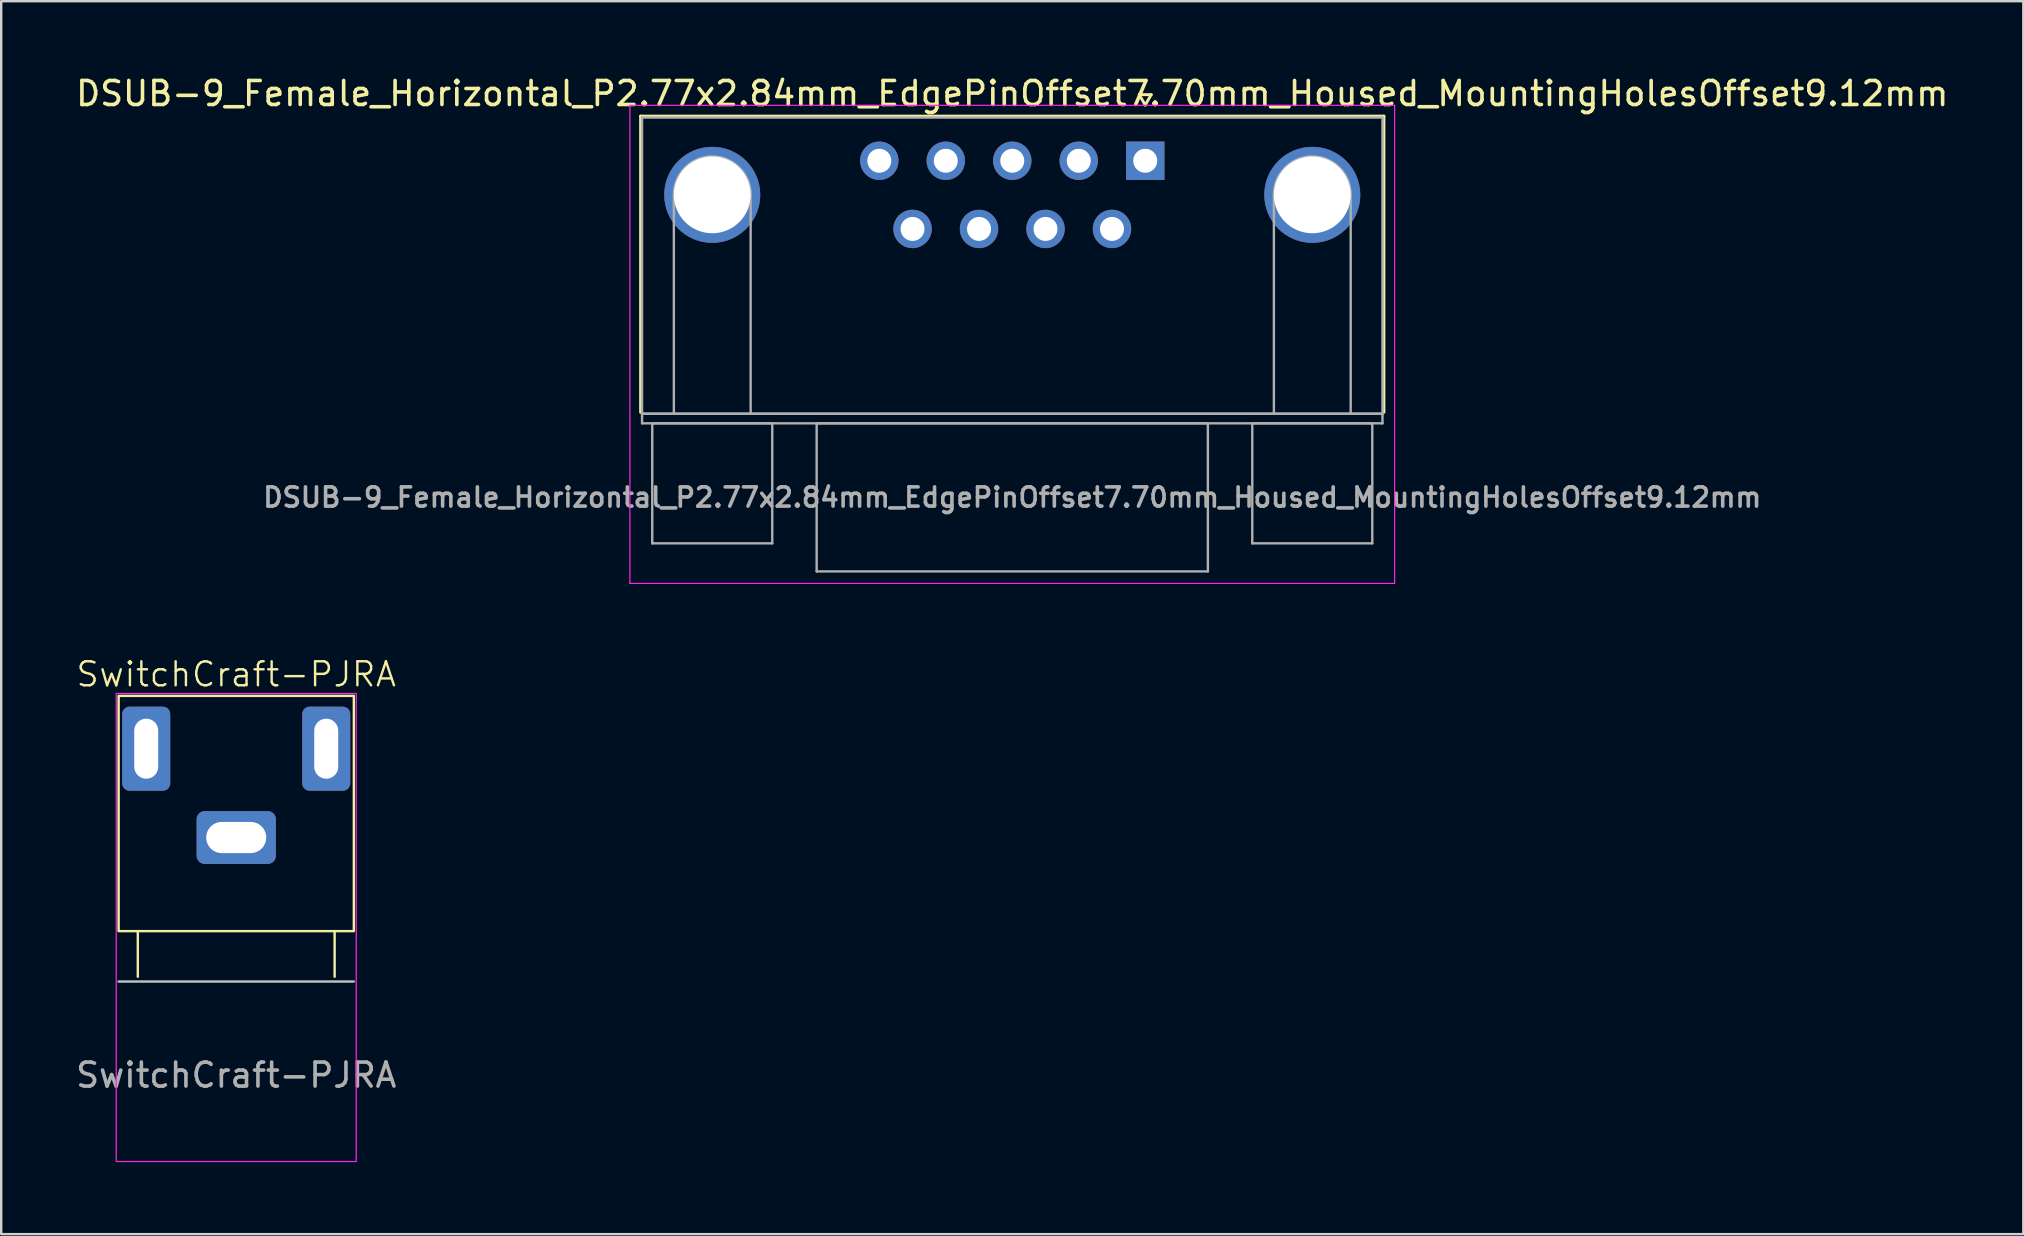
<source format=kicad_pcb>
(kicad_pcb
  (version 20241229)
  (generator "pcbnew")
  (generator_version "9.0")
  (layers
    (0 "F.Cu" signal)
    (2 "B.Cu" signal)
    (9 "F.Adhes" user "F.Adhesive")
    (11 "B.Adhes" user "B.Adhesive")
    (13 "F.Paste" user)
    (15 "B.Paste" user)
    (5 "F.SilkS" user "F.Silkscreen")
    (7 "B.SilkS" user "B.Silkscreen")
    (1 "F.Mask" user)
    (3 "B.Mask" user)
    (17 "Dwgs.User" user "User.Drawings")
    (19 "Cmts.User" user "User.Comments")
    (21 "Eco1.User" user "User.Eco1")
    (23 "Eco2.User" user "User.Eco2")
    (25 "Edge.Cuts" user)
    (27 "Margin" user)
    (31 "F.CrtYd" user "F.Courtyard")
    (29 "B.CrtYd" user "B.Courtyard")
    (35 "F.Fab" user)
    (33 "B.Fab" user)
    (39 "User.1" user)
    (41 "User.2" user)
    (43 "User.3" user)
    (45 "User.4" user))
  (footprint "SwitchCraft-PJRA"
    (layer "F.Cu")
    (at 6.792 31.844)
    (property "Reference" "SwitchCraft-PJRA" (at 0 -6.8 0) (unlocked yes) (layer "F.SilkS") (effects (font (size 1 1) (thickness 0.1))))
    (attr smd)
    (fp_line (start -4.1 3.9) (end -4.1 5.8) (stroke (width 0.1) (type default)) (layer "F.SilkS"))
    (fp_line (start 4.1 3.9) (end 4.1 5.8) (stroke (width 0.1) (type default)) (layer "F.SilkS"))
    (fp_rect (start -4.9 -5.9) (end 4.9 3.9) (stroke (width 0.1) (type default)) (fill no) (layer "F.SilkS"))
    (fp_line (start -4.9 6) (end 4.9 6) (stroke (width 0.1) (type default)) (layer "Dwgs.User"))
    (fp_rect (start -5 -6) (end 5 13.5) (stroke (width 0.05) (type default)) (fill no) (layer "F.CrtYd"))
    (fp_text user "${REFERENCE}" (at 0 9.9 0) (unlocked yes) (layer "F.Fab") (effects (font (size 1 1) (thickness 0.15))))
    (pad "1" thru_hole roundrect (at 0 0) (size 3.3 2.2) (drill oval 2.5 1.3) (layers "*.Cu" "*.Mask") (roundrect_rratio 0.15))
    (pad "2" thru_hole roundrect (at -3.75 -3.7) (size 2 3.5) (drill oval 1 2.5) (layers "*.Cu" "*.Mask") (roundrect_rratio 0.15))
    (pad "2" thru_hole roundrect (at 3.75 -3.7) (size 2 3.5) (drill oval 1 2.5) (layers "*.Cu" "*.Mask") (roundrect_rratio 0.15)))
  (footprint "DSUB-9_Female_Horizontal_P2.77x2.84mm_EdgePinOffset7.70mm_Housed_MountingHolesOffset9.12mm"
    (layer "F.Cu")
    (at 44.665 3.648)
    (property "Reference" "DSUB-9_Female_Horizontal_P2.77x2.84mm_EdgePinOffset7.70mm_Housed_MountingHolesOffset9.12mm" (at -5.54 -2.8 0) (layer "F.SilkS") (effects (font (size 1 1) (thickness 0.15))))
    (attr through_hole)
    (fp_line (start -21.025 -1.86) (end 9.945 -1.86) (stroke (width 0.12) (type solid)) (layer "F.SilkS"))
    (fp_line (start -21.025 10.48) (end -21.025 -1.86) (stroke (width 0.12) (type solid)) (layer "F.SilkS"))
    (fp_line (start -0.25 -2.754) (end 0.25 -2.754) (stroke (width 0.12) (type solid)) (layer "F.SilkS"))
    (fp_line (start 0 -2.321) (end -0.25 -2.754) (stroke (width 0.12) (type solid)) (layer "F.SilkS"))
    (fp_line (start 0.25 -2.754) (end 0 -2.321) (stroke (width 0.12) (type solid)) (layer "F.SilkS"))
    (fp_line (start 9.945 -1.86) (end 9.945 10.48) (stroke (width 0.12) (type solid)) (layer "F.SilkS"))
    (fp_line (start -21.47 -2.31) (end -21.47 17.61) (stroke (width 0.05) (type solid)) (layer "F.CrtYd"))
    (fp_line (start -21.47 17.61) (end 10.39 17.61) (stroke (width 0.05) (type solid)) (layer "F.CrtYd"))
    (fp_line (start 10.39 -2.31) (end -21.47 -2.31) (stroke (width 0.05) (type solid)) (layer "F.CrtYd"))
    (fp_line (start 10.39 17.61) (end 10.39 -2.31) (stroke (width 0.05) (type solid)) (layer "F.CrtYd"))
    (fp_line (start -20.965 -1.8) (end -20.965 10.54) (stroke (width 0.1) (type solid)) (layer "F.Fab"))
    (fp_line (start -20.965 10.54) (end -20.965 10.94) (stroke (width 0.1) (type solid)) (layer "F.Fab"))
    (fp_line (start -20.965 10.54) (end 9.885 10.54) (stroke (width 0.1) (type solid)) (layer "F.Fab"))
    (fp_line (start -20.965 10.94) (end 9.885 10.94) (stroke (width 0.1) (type solid)) (layer "F.Fab"))
    (fp_line (start -20.54 10.94) (end -20.54 15.94) (stroke (width 0.1) (type solid)) (layer "F.Fab"))
    (fp_line (start -20.54 15.94) (end -15.54 15.94) (stroke (width 0.1) (type solid)) (layer "F.Fab"))
    (fp_line (start -19.64 10.54) (end -19.64 1.42) (stroke (width 0.1) (type solid)) (layer "F.Fab"))
    (fp_line (start -16.44 10.54) (end -16.44 1.42) (stroke (width 0.1) (type solid)) (layer "F.Fab"))
    (fp_line (start -15.54 10.94) (end -20.54 10.94) (stroke (width 0.1) (type solid)) (layer "F.Fab"))
    (fp_line (start -15.54 15.94) (end -15.54 10.94) (stroke (width 0.1) (type solid)) (layer "F.Fab"))
    (fp_line (start -13.69 10.94) (end -13.69 17.11) (stroke (width 0.1) (type solid)) (layer "F.Fab"))
    (fp_line (start -13.69 17.11) (end 2.61 17.11) (stroke (width 0.1) (type solid)) (layer "F.Fab"))
    (fp_line (start 2.61 10.94) (end -13.69 10.94) (stroke (width 0.1) (type solid)) (layer "F.Fab"))
    (fp_line (start 2.61 17.11) (end 2.61 10.94) (stroke (width 0.1) (type solid)) (layer "F.Fab"))
    (fp_line (start 4.46 10.94) (end 4.46 15.94) (stroke (width 0.1) (type solid)) (layer "F.Fab"))
    (fp_line (start 4.46 15.94) (end 9.46 15.94) (stroke (width 0.1) (type solid)) (layer "F.Fab"))
    (fp_line (start 5.36 10.54) (end 5.36 1.42) (stroke (width 0.1) (type solid)) (layer "F.Fab"))
    (fp_line (start 8.56 10.54) (end 8.56 1.42) (stroke (width 0.1) (type solid)) (layer "F.Fab"))
    (fp_line (start 9.46 10.94) (end 4.46 10.94) (stroke (width 0.1) (type solid)) (layer "F.Fab"))
    (fp_line (start 9.46 15.94) (end 9.46 10.94) (stroke (width 0.1) (type solid)) (layer "F.Fab"))
    (fp_line (start 9.885 -1.8) (end -20.965 -1.8) (stroke (width 0.1) (type solid)) (layer "F.Fab"))
    (fp_line (start 9.885 10.54) (end -20.965 10.54) (stroke (width 0.1) (type solid)) (layer "F.Fab"))
    (fp_line (start 9.885 10.54) (end 9.885 -1.8) (stroke (width 0.1) (type solid)) (layer "F.Fab"))
    (fp_line (start 9.885 10.94) (end 9.885 10.54) (stroke (width 0.1) (type solid)) (layer "F.Fab"))
    (fp_arc (start -19.64 1.42) (mid -18.04 -0.18) (end -16.44 1.42) (stroke (width 0.1) (type solid)) (layer "F.Fab"))
    (fp_arc (start 5.36 1.42) (mid 6.96 -0.18) (end 8.56 1.42) (stroke (width 0.1) (type solid)) (layer "F.Fab"))
    (fp_text user "${REFERENCE}" (at -5.54 14.025 0) (layer "F.Fab") (effects (font (size 0.8 0.8) (thickness 0.15))))
    (pad "0" thru_hole circle (at -18.04 1.42) (size 4 4) (drill 3.2) (layers "*.Cu" "*.Mask"))
    (pad "0" thru_hole circle (at 6.96 1.42) (size 4 4) (drill 3.2) (layers "*.Cu" "*.Mask"))
    (pad "1" thru_hole rect (at 0 0) (size 1.6 1.6) (drill 1) (layers "*.Cu" "*.Mask"))
    (pad "2" thru_hole circle (at -2.77 0) (size 1.6 1.6) (drill 1) (layers "*.Cu" "*.Mask"))
    (pad "3" thru_hole circle (at -5.54 0) (size 1.6 1.6) (drill 1) (layers "*.Cu" "*.Mask"))
    (pad "4" thru_hole circle (at -8.31 0) (size 1.6 1.6) (drill 1) (layers "*.Cu" "*.Mask"))
    (pad "5" thru_hole circle (at -11.08 0) (size 1.6 1.6) (drill 1) (layers "*.Cu" "*.Mask"))
    (pad "6" thru_hole circle (at -1.385 2.84) (size 1.6 1.6) (drill 1) (layers "*.Cu" "*.Mask"))
    (pad "7" thru_hole circle (at -4.155 2.84) (size 1.6 1.6) (drill 1) (layers "*.Cu" "*.Mask"))
    (pad "8" thru_hole circle (at -6.925 2.84) (size 1.6 1.6) (drill 1) (layers "*.Cu" "*.Mask"))
    (pad "9" thru_hole circle (at -9.695 2.84) (size 1.6 1.6) (drill 1) (layers "*.Cu" "*.Mask")))
  (gr_rect
    (start -3 -3)
    (end 81.25 48.369)
    (stroke (width 0.1) (type default))
    (fill no)
    (layer "Edge.Cuts")))
</source>
